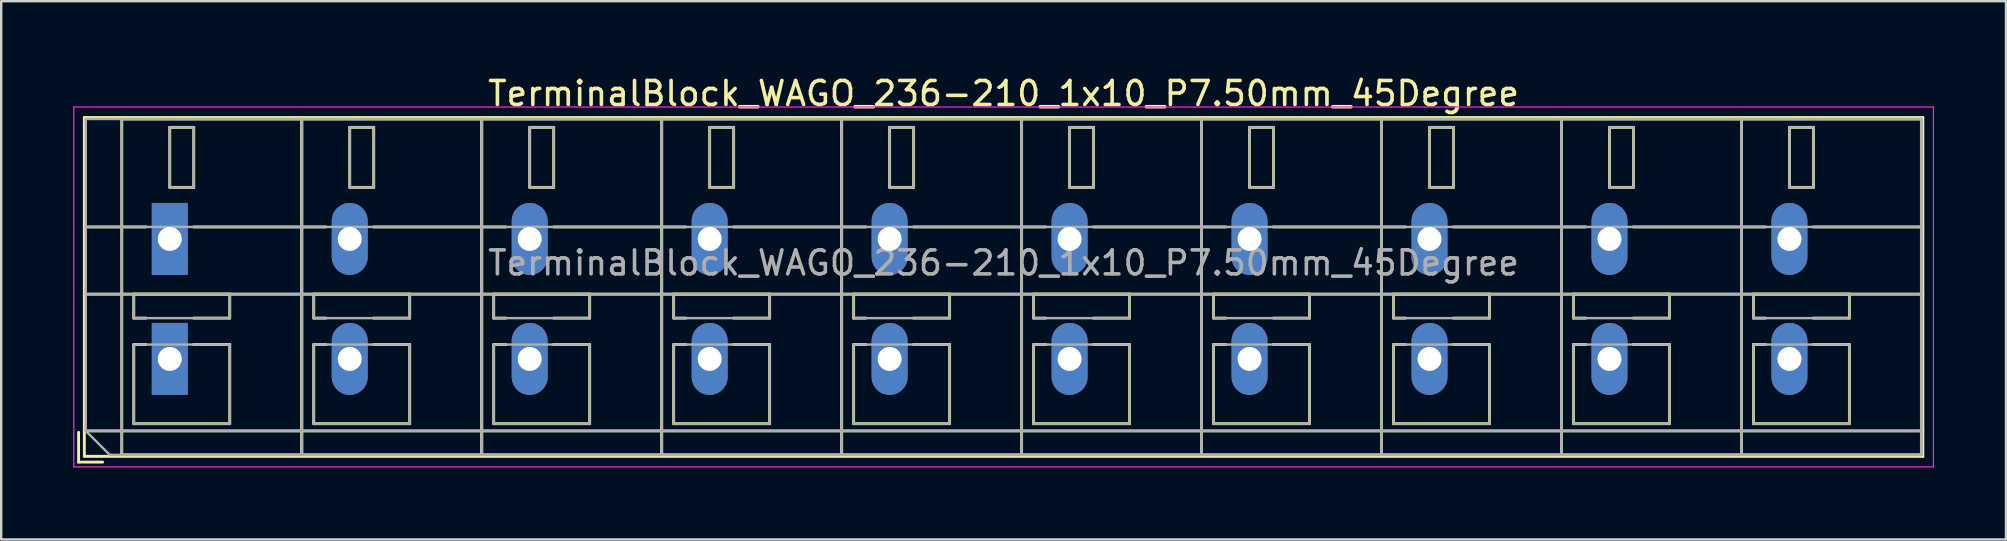
<source format=kicad_pcb>
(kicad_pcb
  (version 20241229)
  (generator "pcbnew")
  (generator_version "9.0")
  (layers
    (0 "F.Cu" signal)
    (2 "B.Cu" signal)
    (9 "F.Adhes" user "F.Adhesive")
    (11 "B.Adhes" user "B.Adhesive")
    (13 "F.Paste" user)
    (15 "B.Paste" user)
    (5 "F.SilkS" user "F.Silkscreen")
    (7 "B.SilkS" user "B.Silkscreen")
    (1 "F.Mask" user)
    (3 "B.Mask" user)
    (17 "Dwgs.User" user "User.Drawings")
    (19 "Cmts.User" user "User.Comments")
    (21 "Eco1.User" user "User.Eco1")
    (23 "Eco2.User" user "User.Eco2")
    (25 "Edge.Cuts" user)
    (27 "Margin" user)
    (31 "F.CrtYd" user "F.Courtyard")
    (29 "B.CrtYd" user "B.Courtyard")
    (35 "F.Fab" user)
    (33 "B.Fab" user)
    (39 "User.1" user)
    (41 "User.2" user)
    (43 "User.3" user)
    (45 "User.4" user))
  (footprint "TerminalBlock_WAGO_236-210_1x10_P7.50mm_45Degree"
    (layer "F.Cu")
    (at 4.025 11.908)
    (property "Reference" "TerminalBlock_WAGO_236-210_1x10_P7.50mm_45Degree" (at 34.75 -11.06 0) (layer "F.SilkS") (effects (font (size 1 1) (thickness 0.15))))
    (attr through_hole)
    (fp_line (start -3.8 3.06) (end -3.8 4.3) (stroke (width 0.12) (type solid)) (layer "F.SilkS"))
    (fp_line (start -3.8 4.3) (end -2.8 4.3) (stroke (width 0.12) (type solid)) (layer "F.SilkS"))
    (fp_line (start -3.56 -10.06) (end -3.56 4.06) (stroke (width 0.12) (type solid)) (layer "F.SilkS"))
    (fp_line (start -3.56 -10.06) (end 73.06 -10.06) (stroke (width 0.12) (type solid)) (layer "F.SilkS"))
    (fp_line (start -3.56 -5.5) (end -0.99 -5.5) (stroke (width 0.12) (type solid)) (layer "F.SilkS"))
    (fp_line (start -3.56 -2.7) (end 73.06 -2.7) (stroke (width 0.12) (type solid)) (layer "F.SilkS"))
    (fp_line (start -3.56 3) (end 73.06 3) (stroke (width 0.12) (type solid)) (layer "F.SilkS"))
    (fp_line (start -3.56 4.06) (end 73.06 4.06) (stroke (width 0.12) (type solid)) (layer "F.SilkS"))
    (fp_line (start -2 -10) (end -2 4) (stroke (width 0.12) (type solid)) (layer "F.SilkS"))
    (fp_line (start -2 -10) (end 5.5 -10) (stroke (width 0.12) (type solid)) (layer "F.SilkS"))
    (fp_line (start -2 4) (end 5.5 4) (stroke (width 0.12) (type solid)) (layer "F.SilkS"))
    (fp_line (start -1.5 -2.7) (end -1.5 -1.701) (stroke (width 0.12) (type solid)) (layer "F.SilkS"))
    (fp_line (start -1.5 -2.7) (end 2.5 -2.7) (stroke (width 0.12) (type solid)) (layer "F.SilkS"))
    (fp_line (start -1.5 -1.701) (end -0.99 -1.701) (stroke (width 0.12) (type solid)) (layer "F.SilkS"))
    (fp_line (start -1.5 -0.6) (end -1.5 2.7) (stroke (width 0.12) (type solid)) (layer "F.SilkS"))
    (fp_line (start -1.5 -0.6) (end -0.99 -0.6) (stroke (width 0.12) (type solid)) (layer "F.SilkS"))
    (fp_line (start -1.5 2.7) (end 2.5 2.7) (stroke (width 0.12) (type solid)) (layer "F.SilkS"))
    (fp_line (start 0 -9.65) (end 0 -7.15) (stroke (width 0.12) (type solid)) (layer "F.SilkS"))
    (fp_line (start 0 -9.65) (end 1 -9.65) (stroke (width 0.12) (type solid)) (layer "F.SilkS"))
    (fp_line (start 0 -7.15) (end 1 -7.15) (stroke (width 0.12) (type solid)) (layer "F.SilkS"))
    (fp_line (start 0.99 -5.5) (end 6.51 -5.5) (stroke (width 0.12) (type solid)) (layer "F.SilkS"))
    (fp_line (start 0.99 -1.701) (end 2.5 -1.701) (stroke (width 0.12) (type solid)) (layer "F.SilkS"))
    (fp_line (start 0.99 -0.6) (end 2.5 -0.6) (stroke (width 0.12) (type solid)) (layer "F.SilkS"))
    (fp_line (start 1 -9.65) (end 1 -7.15) (stroke (width 0.12) (type solid)) (layer "F.SilkS"))
    (fp_line (start 2.5 -2.7) (end 2.5 -1.701) (stroke (width 0.12) (type solid)) (layer "F.SilkS"))
    (fp_line (start 2.5 -0.6) (end 2.5 2.7) (stroke (width 0.12) (type solid)) (layer "F.SilkS"))
    (fp_line (start 5.5 -10) (end 5.5 4) (stroke (width 0.12) (type solid)) (layer "F.SilkS"))
    (fp_line (start 5.5 -10) (end 5.5 4) (stroke (width 0.12) (type solid)) (layer "F.SilkS"))
    (fp_line (start 5.5 -10) (end 13 -10) (stroke (width 0.12) (type solid)) (layer "F.SilkS"))
    (fp_line (start 5.5 4) (end 13 4) (stroke (width 0.12) (type solid)) (layer "F.SilkS"))
    (fp_line (start 6 -2.7) (end 6 -1.701) (stroke (width 0.12) (type solid)) (layer "F.SilkS"))
    (fp_line (start 6 -2.7) (end 10 -2.7) (stroke (width 0.12) (type solid)) (layer "F.SilkS"))
    (fp_line (start 6 -1.701) (end 6.51 -1.701) (stroke (width 0.12) (type solid)) (layer "F.SilkS"))
    (fp_line (start 6 -0.6) (end 6 2.7) (stroke (width 0.12) (type solid)) (layer "F.SilkS"))
    (fp_line (start 6 -0.6) (end 6.51 -0.6) (stroke (width 0.12) (type solid)) (layer "F.SilkS"))
    (fp_line (start 6 2.7) (end 10 2.7) (stroke (width 0.12) (type solid)) (layer "F.SilkS"))
    (fp_line (start 7.5 -9.65) (end 7.5 -7.15) (stroke (width 0.12) (type solid)) (layer "F.SilkS"))
    (fp_line (start 7.5 -9.65) (end 8.5 -9.65) (stroke (width 0.12) (type solid)) (layer "F.SilkS"))
    (fp_line (start 7.5 -7.15) (end 8.5 -7.15) (stroke (width 0.12) (type solid)) (layer "F.SilkS"))
    (fp_line (start 8.49 -5.5) (end 14.01 -5.5) (stroke (width 0.12) (type solid)) (layer "F.SilkS"))
    (fp_line (start 8.49 -1.701) (end 10 -1.701) (stroke (width 0.12) (type solid)) (layer "F.SilkS"))
    (fp_line (start 8.49 -0.6) (end 10 -0.6) (stroke (width 0.12) (type solid)) (layer "F.SilkS"))
    (fp_line (start 8.5 -9.65) (end 8.5 -7.15) (stroke (width 0.12) (type solid)) (layer "F.SilkS"))
    (fp_line (start 10 -2.7) (end 10 -1.701) (stroke (width 0.12) (type solid)) (layer "F.SilkS"))
    (fp_line (start 10 -0.6) (end 10 2.7) (stroke (width 0.12) (type solid)) (layer "F.SilkS"))
    (fp_line (start 13 -10) (end 13 4) (stroke (width 0.12) (type solid)) (layer "F.SilkS"))
    (fp_line (start 13 -10) (end 13 4) (stroke (width 0.12) (type solid)) (layer "F.SilkS"))
    (fp_line (start 13 -10) (end 20.5 -10) (stroke (width 0.12) (type solid)) (layer "F.SilkS"))
    (fp_line (start 13 4) (end 20.5 4) (stroke (width 0.12) (type solid)) (layer "F.SilkS"))
    (fp_line (start 13.5 -2.7) (end 13.5 -1.701) (stroke (width 0.12) (type solid)) (layer "F.SilkS"))
    (fp_line (start 13.5 -2.7) (end 17.5 -2.7) (stroke (width 0.12) (type solid)) (layer "F.SilkS"))
    (fp_line (start 13.5 -1.701) (end 14.01 -1.701) (stroke (width 0.12) (type solid)) (layer "F.SilkS"))
    (fp_line (start 13.5 -0.6) (end 13.5 2.7) (stroke (width 0.12) (type solid)) (layer "F.SilkS"))
    (fp_line (start 13.5 -0.6) (end 14.01 -0.6) (stroke (width 0.12) (type solid)) (layer "F.SilkS"))
    (fp_line (start 13.5 2.7) (end 17.5 2.7) (stroke (width 0.12) (type solid)) (layer "F.SilkS"))
    (fp_line (start 15 -9.65) (end 15 -7.15) (stroke (width 0.12) (type solid)) (layer "F.SilkS"))
    (fp_line (start 15 -9.65) (end 16 -9.65) (stroke (width 0.12) (type solid)) (layer "F.SilkS"))
    (fp_line (start 15 -7.15) (end 16 -7.15) (stroke (width 0.12) (type solid)) (layer "F.SilkS"))
    (fp_line (start 15.99 -5.5) (end 21.51 -5.5) (stroke (width 0.12) (type solid)) (layer "F.SilkS"))
    (fp_line (start 15.99 -1.701) (end 17.5 -1.701) (stroke (width 0.12) (type solid)) (layer "F.SilkS"))
    (fp_line (start 15.99 -0.6) (end 17.5 -0.6) (stroke (width 0.12) (type solid)) (layer "F.SilkS"))
    (fp_line (start 16 -9.65) (end 16 -7.15) (stroke (width 0.12) (type solid)) (layer "F.SilkS"))
    (fp_line (start 17.5 -2.7) (end 17.5 -1.701) (stroke (width 0.12) (type solid)) (layer "F.SilkS"))
    (fp_line (start 17.5 -0.6) (end 17.5 2.7) (stroke (width 0.12) (type solid)) (layer "F.SilkS"))
    (fp_line (start 20.5 -10) (end 20.5 4) (stroke (width 0.12) (type solid)) (layer "F.SilkS"))
    (fp_line (start 20.5 -10) (end 20.5 4) (stroke (width 0.12) (type solid)) (layer "F.SilkS"))
    (fp_line (start 20.5 -10) (end 28 -10) (stroke (width 0.12) (type solid)) (layer "F.SilkS"))
    (fp_line (start 20.5 4) (end 28 4) (stroke (width 0.12) (type solid)) (layer "F.SilkS"))
    (fp_line (start 21 -2.7) (end 21 -1.701) (stroke (width 0.12) (type solid)) (layer "F.SilkS"))
    (fp_line (start 21 -2.7) (end 25 -2.7) (stroke (width 0.12) (type solid)) (layer "F.SilkS"))
    (fp_line (start 21 -1.701) (end 21.51 -1.701) (stroke (width 0.12) (type solid)) (layer "F.SilkS"))
    (fp_line (start 21 -0.6) (end 21 2.7) (stroke (width 0.12) (type solid)) (layer "F.SilkS"))
    (fp_line (start 21 -0.6) (end 21.51 -0.6) (stroke (width 0.12) (type solid)) (layer "F.SilkS"))
    (fp_line (start 21 2.7) (end 25 2.7) (stroke (width 0.12) (type solid)) (layer "F.SilkS"))
    (fp_line (start 22.5 -9.65) (end 22.5 -7.15) (stroke (width 0.12) (type solid)) (layer "F.SilkS"))
    (fp_line (start 22.5 -9.65) (end 23.5 -9.65) (stroke (width 0.12) (type solid)) (layer "F.SilkS"))
    (fp_line (start 22.5 -7.15) (end 23.5 -7.15) (stroke (width 0.12) (type solid)) (layer "F.SilkS"))
    (fp_line (start 23.49 -5.5) (end 29.01 -5.5) (stroke (width 0.12) (type solid)) (layer "F.SilkS"))
    (fp_line (start 23.49 -1.701) (end 25 -1.701) (stroke (width 0.12) (type solid)) (layer "F.SilkS"))
    (fp_line (start 23.49 -0.6) (end 25 -0.6) (stroke (width 0.12) (type solid)) (layer "F.SilkS"))
    (fp_line (start 23.5 -9.65) (end 23.5 -7.15) (stroke (width 0.12) (type solid)) (layer "F.SilkS"))
    (fp_line (start 25 -2.7) (end 25 -1.701) (stroke (width 0.12) (type solid)) (layer "F.SilkS"))
    (fp_line (start 25 -0.6) (end 25 2.7) (stroke (width 0.12) (type solid)) (layer "F.SilkS"))
    (fp_line (start 28 -10) (end 28 4) (stroke (width 0.12) (type solid)) (layer "F.SilkS"))
    (fp_line (start 28 -10) (end 28 4) (stroke (width 0.12) (type solid)) (layer "F.SilkS"))
    (fp_line (start 28 -10) (end 35.5 -10) (stroke (width 0.12) (type solid)) (layer "F.SilkS"))
    (fp_line (start 28 4) (end 35.5 4) (stroke (width 0.12) (type solid)) (layer "F.SilkS"))
    (fp_line (start 28.5 -2.7) (end 28.5 -1.701) (stroke (width 0.12) (type solid)) (layer "F.SilkS"))
    (fp_line (start 28.5 -2.7) (end 32.5 -2.7) (stroke (width 0.12) (type solid)) (layer "F.SilkS"))
    (fp_line (start 28.5 -1.701) (end 29.01 -1.701) (stroke (width 0.12) (type solid)) (layer "F.SilkS"))
    (fp_line (start 28.5 -0.6) (end 28.5 2.7) (stroke (width 0.12) (type solid)) (layer "F.SilkS"))
    (fp_line (start 28.5 -0.6) (end 29.01 -0.6) (stroke (width 0.12) (type solid)) (layer "F.SilkS"))
    (fp_line (start 28.5 2.7) (end 32.5 2.7) (stroke (width 0.12) (type solid)) (layer "F.SilkS"))
    (fp_line (start 30 -9.65) (end 30 -7.15) (stroke (width 0.12) (type solid)) (layer "F.SilkS"))
    (fp_line (start 30 -9.65) (end 31 -9.65) (stroke (width 0.12) (type solid)) (layer "F.SilkS"))
    (fp_line (start 30 -7.15) (end 31 -7.15) (stroke (width 0.12) (type solid)) (layer "F.SilkS"))
    (fp_line (start 30.99 -5.5) (end 36.51 -5.5) (stroke (width 0.12) (type solid)) (layer "F.SilkS"))
    (fp_line (start 30.99 -1.701) (end 32.5 -1.701) (stroke (width 0.12) (type solid)) (layer "F.SilkS"))
    (fp_line (start 30.99 -0.6) (end 32.5 -0.6) (stroke (width 0.12) (type solid)) (layer "F.SilkS"))
    (fp_line (start 31 -9.65) (end 31 -7.15) (stroke (width 0.12) (type solid)) (layer "F.SilkS"))
    (fp_line (start 32.5 -2.7) (end 32.5 -1.701) (stroke (width 0.12) (type solid)) (layer "F.SilkS"))
    (fp_line (start 32.5 -0.6) (end 32.5 2.7) (stroke (width 0.12) (type solid)) (layer "F.SilkS"))
    (fp_line (start 35.5 -10) (end 35.5 4) (stroke (width 0.12) (type solid)) (layer "F.SilkS"))
    (fp_line (start 35.5 -10) (end 35.5 4) (stroke (width 0.12) (type solid)) (layer "F.SilkS"))
    (fp_line (start 35.5 -10) (end 43 -10) (stroke (width 0.12) (type solid)) (layer "F.SilkS"))
    (fp_line (start 35.5 4) (end 43 4) (stroke (width 0.12) (type solid)) (layer "F.SilkS"))
    (fp_line (start 36 -2.7) (end 36 -1.701) (stroke (width 0.12) (type solid)) (layer "F.SilkS"))
    (fp_line (start 36 -2.7) (end 40 -2.7) (stroke (width 0.12) (type solid)) (layer "F.SilkS"))
    (fp_line (start 36 -1.701) (end 36.51 -1.701) (stroke (width 0.12) (type solid)) (layer "F.SilkS"))
    (fp_line (start 36 -0.6) (end 36 2.7) (stroke (width 0.12) (type solid)) (layer "F.SilkS"))
    (fp_line (start 36 -0.6) (end 36.51 -0.6) (stroke (width 0.12) (type solid)) (layer "F.SilkS"))
    (fp_line (start 36 2.7) (end 40 2.7) (stroke (width 0.12) (type solid)) (layer "F.SilkS"))
    (fp_line (start 37.5 -9.65) (end 37.5 -7.15) (stroke (width 0.12) (type solid)) (layer "F.SilkS"))
    (fp_line (start 37.5 -9.65) (end 38.5 -9.65) (stroke (width 0.12) (type solid)) (layer "F.SilkS"))
    (fp_line (start 37.5 -7.15) (end 38.5 -7.15) (stroke (width 0.12) (type solid)) (layer "F.SilkS"))
    (fp_line (start 38.49 -5.5) (end 44.01 -5.5) (stroke (width 0.12) (type solid)) (layer "F.SilkS"))
    (fp_line (start 38.49 -1.701) (end 40 -1.701) (stroke (width 0.12) (type solid)) (layer "F.SilkS"))
    (fp_line (start 38.49 -0.6) (end 40 -0.6) (stroke (width 0.12) (type solid)) (layer "F.SilkS"))
    (fp_line (start 38.5 -9.65) (end 38.5 -7.15) (stroke (width 0.12) (type solid)) (layer "F.SilkS"))
    (fp_line (start 40 -2.7) (end 40 -1.701) (stroke (width 0.12) (type solid)) (layer "F.SilkS"))
    (fp_line (start 40 -0.6) (end 40 2.7) (stroke (width 0.12) (type solid)) (layer "F.SilkS"))
    (fp_line (start 43 -10) (end 43 4) (stroke (width 0.12) (type solid)) (layer "F.SilkS"))
    (fp_line (start 43 -10) (end 43 4) (stroke (width 0.12) (type solid)) (layer "F.SilkS"))
    (fp_line (start 43 -10) (end 50.5 -10) (stroke (width 0.12) (type solid)) (layer "F.SilkS"))
    (fp_line (start 43 4) (end 50.5 4) (stroke (width 0.12) (type solid)) (layer "F.SilkS"))
    (fp_line (start 43.5 -2.7) (end 43.5 -1.701) (stroke (width 0.12) (type solid)) (layer "F.SilkS"))
    (fp_line (start 43.5 -2.7) (end 47.5 -2.7) (stroke (width 0.12) (type solid)) (layer "F.SilkS"))
    (fp_line (start 43.5 -1.701) (end 44.01 -1.701) (stroke (width 0.12) (type solid)) (layer "F.SilkS"))
    (fp_line (start 43.5 -0.6) (end 43.5 2.7) (stroke (width 0.12) (type solid)) (layer "F.SilkS"))
    (fp_line (start 43.5 -0.6) (end 44.01 -0.6) (stroke (width 0.12) (type solid)) (layer "F.SilkS"))
    (fp_line (start 43.5 2.7) (end 47.5 2.7) (stroke (width 0.12) (type solid)) (layer "F.SilkS"))
    (fp_line (start 45 -9.65) (end 45 -7.15) (stroke (width 0.12) (type solid)) (layer "F.SilkS"))
    (fp_line (start 45 -9.65) (end 46 -9.65) (stroke (width 0.12) (type solid)) (layer "F.SilkS"))
    (fp_line (start 45 -7.15) (end 46 -7.15) (stroke (width 0.12) (type solid)) (layer "F.SilkS"))
    (fp_line (start 45.99 -5.5) (end 51.51 -5.5) (stroke (width 0.12) (type solid)) (layer "F.SilkS"))
    (fp_line (start 45.99 -1.701) (end 47.5 -1.701) (stroke (width 0.12) (type solid)) (layer "F.SilkS"))
    (fp_line (start 45.99 -0.6) (end 47.5 -0.6) (stroke (width 0.12) (type solid)) (layer "F.SilkS"))
    (fp_line (start 46 -9.65) (end 46 -7.15) (stroke (width 0.12) (type solid)) (layer "F.SilkS"))
    (fp_line (start 47.5 -2.7) (end 47.5 -1.701) (stroke (width 0.12) (type solid)) (layer "F.SilkS"))
    (fp_line (start 47.5 -0.6) (end 47.5 2.7) (stroke (width 0.12) (type solid)) (layer "F.SilkS"))
    (fp_line (start 50.5 -10) (end 50.5 4) (stroke (width 0.12) (type solid)) (layer "F.SilkS"))
    (fp_line (start 50.5 -10) (end 50.5 4) (stroke (width 0.12) (type solid)) (layer "F.SilkS"))
    (fp_line (start 50.5 -10) (end 58 -10) (stroke (width 0.12) (type solid)) (layer "F.SilkS"))
    (fp_line (start 50.5 4) (end 58 4) (stroke (width 0.12) (type solid)) (layer "F.SilkS"))
    (fp_line (start 51 -2.7) (end 51 -1.701) (stroke (width 0.12) (type solid)) (layer "F.SilkS"))
    (fp_line (start 51 -2.7) (end 55 -2.7) (stroke (width 0.12) (type solid)) (layer "F.SilkS"))
    (fp_line (start 51 -1.701) (end 51.51 -1.701) (stroke (width 0.12) (type solid)) (layer "F.SilkS"))
    (fp_line (start 51 -0.6) (end 51 2.7) (stroke (width 0.12) (type solid)) (layer "F.SilkS"))
    (fp_line (start 51 -0.6) (end 51.51 -0.6) (stroke (width 0.12) (type solid)) (layer "F.SilkS"))
    (fp_line (start 51 2.7) (end 55 2.7) (stroke (width 0.12) (type solid)) (layer "F.SilkS"))
    (fp_line (start 52.5 -9.65) (end 52.5 -7.15) (stroke (width 0.12) (type solid)) (layer "F.SilkS"))
    (fp_line (start 52.5 -9.65) (end 53.5 -9.65) (stroke (width 0.12) (type solid)) (layer "F.SilkS"))
    (fp_line (start 52.5 -7.15) (end 53.5 -7.15) (stroke (width 0.12) (type solid)) (layer "F.SilkS"))
    (fp_line (start 53.49 -5.5) (end 59.01 -5.5) (stroke (width 0.12) (type solid)) (layer "F.SilkS"))
    (fp_line (start 53.49 -1.701) (end 55 -1.701) (stroke (width 0.12) (type solid)) (layer "F.SilkS"))
    (fp_line (start 53.49 -0.6) (end 55 -0.6) (stroke (width 0.12) (type solid)) (layer "F.SilkS"))
    (fp_line (start 53.5 -9.65) (end 53.5 -7.15) (stroke (width 0.12) (type solid)) (layer "F.SilkS"))
    (fp_line (start 55 -2.7) (end 55 -1.701) (stroke (width 0.12) (type solid)) (layer "F.SilkS"))
    (fp_line (start 55 -0.6) (end 55 2.7) (stroke (width 0.12) (type solid)) (layer "F.SilkS"))
    (fp_line (start 58 -10) (end 58 4) (stroke (width 0.12) (type solid)) (layer "F.SilkS"))
    (fp_line (start 58 -10) (end 58 4) (stroke (width 0.12) (type solid)) (layer "F.SilkS"))
    (fp_line (start 58 -10) (end 65.5 -10) (stroke (width 0.12) (type solid)) (layer "F.SilkS"))
    (fp_line (start 58 4) (end 65.5 4) (stroke (width 0.12) (type solid)) (layer "F.SilkS"))
    (fp_line (start 58.5 -2.7) (end 58.5 -1.701) (stroke (width 0.12) (type solid)) (layer "F.SilkS"))
    (fp_line (start 58.5 -2.7) (end 62.5 -2.7) (stroke (width 0.12) (type solid)) (layer "F.SilkS"))
    (fp_line (start 58.5 -1.701) (end 59.01 -1.701) (stroke (width 0.12) (type solid)) (layer "F.SilkS"))
    (fp_line (start 58.5 -0.6) (end 58.5 2.7) (stroke (width 0.12) (type solid)) (layer "F.SilkS"))
    (fp_line (start 58.5 -0.6) (end 59.01 -0.6) (stroke (width 0.12) (type solid)) (layer "F.SilkS"))
    (fp_line (start 58.5 2.7) (end 62.5 2.7) (stroke (width 0.12) (type solid)) (layer "F.SilkS"))
    (fp_line (start 60 -9.65) (end 60 -7.15) (stroke (width 0.12) (type solid)) (layer "F.SilkS"))
    (fp_line (start 60 -9.65) (end 61 -9.65) (stroke (width 0.12) (type solid)) (layer "F.SilkS"))
    (fp_line (start 60 -7.15) (end 61 -7.15) (stroke (width 0.12) (type solid)) (layer "F.SilkS"))
    (fp_line (start 60.99 -5.5) (end 66.51 -5.5) (stroke (width 0.12) (type solid)) (layer "F.SilkS"))
    (fp_line (start 60.99 -1.701) (end 62.5 -1.701) (stroke (width 0.12) (type solid)) (layer "F.SilkS"))
    (fp_line (start 60.99 -0.6) (end 62.5 -0.6) (stroke (width 0.12) (type solid)) (layer "F.SilkS"))
    (fp_line (start 61 -9.65) (end 61 -7.15) (stroke (width 0.12) (type solid)) (layer "F.SilkS"))
    (fp_line (start 62.5 -2.7) (end 62.5 -1.701) (stroke (width 0.12) (type solid)) (layer "F.SilkS"))
    (fp_line (start 62.5 -0.6) (end 62.5 2.7) (stroke (width 0.12) (type solid)) (layer "F.SilkS"))
    (fp_line (start 65.5 -10) (end 65.5 4) (stroke (width 0.12) (type solid)) (layer "F.SilkS"))
    (fp_line (start 65.5 -10) (end 65.5 4) (stroke (width 0.12) (type solid)) (layer "F.SilkS"))
    (fp_line (start 65.5 -10) (end 73 -10) (stroke (width 0.12) (type solid)) (layer "F.SilkS"))
    (fp_line (start 65.5 4) (end 73 4) (stroke (width 0.12) (type solid)) (layer "F.SilkS"))
    (fp_line (start 66 -2.7) (end 66 -1.701) (stroke (width 0.12) (type solid)) (layer "F.SilkS"))
    (fp_line (start 66 -2.7) (end 70 -2.7) (stroke (width 0.12) (type solid)) (layer "F.SilkS"))
    (fp_line (start 66 -1.701) (end 66.51 -1.701) (stroke (width 0.12) (type solid)) (layer "F.SilkS"))
    (fp_line (start 66 -0.6) (end 66 2.7) (stroke (width 0.12) (type solid)) (layer "F.SilkS"))
    (fp_line (start 66 -0.6) (end 66.51 -0.6) (stroke (width 0.12) (type solid)) (layer "F.SilkS"))
    (fp_line (start 66 2.7) (end 70 2.7) (stroke (width 0.12) (type solid)) (layer "F.SilkS"))
    (fp_line (start 67.5 -9.65) (end 67.5 -7.15) (stroke (width 0.12) (type solid)) (layer "F.SilkS"))
    (fp_line (start 67.5 -9.65) (end 68.5 -9.65) (stroke (width 0.12) (type solid)) (layer "F.SilkS"))
    (fp_line (start 67.5 -7.15) (end 68.5 -7.15) (stroke (width 0.12) (type solid)) (layer "F.SilkS"))
    (fp_line (start 68.49 -5.5) (end 73.06 -5.5) (stroke (width 0.12) (type solid)) (layer "F.SilkS"))
    (fp_line (start 68.49 -1.701) (end 70 -1.701) (stroke (width 0.12) (type solid)) (layer "F.SilkS"))
    (fp_line (start 68.49 -0.6) (end 70 -0.6) (stroke (width 0.12) (type solid)) (layer "F.SilkS"))
    (fp_line (start 68.5 -9.65) (end 68.5 -7.15) (stroke (width 0.12) (type solid)) (layer "F.SilkS"))
    (fp_line (start 70 -2.7) (end 70 -1.701) (stroke (width 0.12) (type solid)) (layer "F.SilkS"))
    (fp_line (start 70 -0.6) (end 70 2.7) (stroke (width 0.12) (type solid)) (layer "F.SilkS"))
    (fp_line (start 73 -10) (end 73 4) (stroke (width 0.12) (type solid)) (layer "F.SilkS"))
    (fp_line (start 73.06 -10.06) (end 73.06 4.06) (stroke (width 0.12) (type solid)) (layer "F.SilkS"))
    (fp_line (start -4 -10.5) (end -4 4.5) (stroke (width 0.05) (type solid)) (layer "F.CrtYd"))
    (fp_line (start -4 4.5) (end 73.5 4.5) (stroke (width 0.05) (type solid)) (layer "F.CrtYd"))
    (fp_line (start 73.5 -10.5) (end -4 -10.5) (stroke (width 0.05) (type solid)) (layer "F.CrtYd"))
    (fp_line (start 73.5 4.5) (end 73.5 -10.5) (stroke (width 0.05) (type solid)) (layer "F.CrtYd"))
    (fp_line (start -3.5 -10) (end 73 -10) (stroke (width 0.1) (type solid)) (layer "F.Fab"))
    (fp_line (start -3.5 -5.5) (end 73 -5.5) (stroke (width 0.1) (type solid)) (layer "F.Fab"))
    (fp_line (start -3.5 -2.7) (end 73 -2.7) (stroke (width 0.1) (type solid)) (layer "F.Fab"))
    (fp_line (start -3.5 3) (end -3.5 -10) (stroke (width 0.1) (type solid)) (layer "F.Fab"))
    (fp_line (start -3.5 3) (end 73 3) (stroke (width 0.1) (type solid)) (layer "F.Fab"))
    (fp_line (start -2.5 4) (end -3.5 3) (stroke (width 0.1) (type solid)) (layer "F.Fab"))
    (fp_line (start -2 -10) (end -2 4) (stroke (width 0.1) (type solid)) (layer "F.Fab"))
    (fp_line (start -2 4) (end 5.5 4) (stroke (width 0.1) (type solid)) (layer "F.Fab"))
    (fp_line (start -1.5 -2.7) (end -1.5 -1.7) (stroke (width 0.1) (type solid)) (layer "F.Fab"))
    (fp_line (start -1.5 -1.7) (end 2.5 -1.7) (stroke (width 0.1) (type solid)) (layer "F.Fab"))
    (fp_line (start -1.5 -0.6) (end -1.5 2.7) (stroke (width 0.1) (type solid)) (layer "F.Fab"))
    (fp_line (start -1.5 2.7) (end 2.5 2.7) (stroke (width 0.1) (type solid)) (layer "F.Fab"))
    (fp_line (start 0 -9.65) (end 0 -7.15) (stroke (width 0.1) (type solid)) (layer "F.Fab"))
    (fp_line (start 0 -7.15) (end 1 -7.15) (stroke (width 0.1) (type solid)) (layer "F.Fab"))
    (fp_line (start 1 -9.65) (end 0 -9.65) (stroke (width 0.1) (type solid)) (layer "F.Fab"))
    (fp_line (start 1 -7.15) (end 1 -9.65) (stroke (width 0.1) (type solid)) (layer "F.Fab"))
    (fp_line (start 2.5 -2.7) (end -1.5 -2.7) (stroke (width 0.1) (type solid)) (layer "F.Fab"))
    (fp_line (start 2.5 -1.7) (end 2.5 -2.7) (stroke (width 0.1) (type solid)) (layer "F.Fab"))
    (fp_line (start 2.5 -0.6) (end -1.5 -0.6) (stroke (width 0.1) (type solid)) (layer "F.Fab"))
    (fp_line (start 2.5 2.7) (end 2.5 -0.6) (stroke (width 0.1) (type solid)) (layer "F.Fab"))
    (fp_line (start 5.5 -10) (end -2 -10) (stroke (width 0.1) (type solid)) (layer "F.Fab"))
    (fp_line (start 5.5 -10) (end 5.5 4) (stroke (width 0.1) (type solid)) (layer "F.Fab"))
    (fp_line (start 5.5 4) (end 5.5 -10) (stroke (width 0.1) (type solid)) (layer "F.Fab"))
    (fp_line (start 5.5 4) (end 13 4) (stroke (width 0.1) (type solid)) (layer "F.Fab"))
    (fp_line (start 6 -2.7) (end 6 -1.7) (stroke (width 0.1) (type solid)) (layer "F.Fab"))
    (fp_line (start 6 -1.7) (end 10 -1.7) (stroke (width 0.1) (type solid)) (layer "F.Fab"))
    (fp_line (start 6 -0.6) (end 6 2.7) (stroke (width 0.1) (type solid)) (layer "F.Fab"))
    (fp_line (start 6 2.7) (end 10 2.7) (stroke (width 0.1) (type solid)) (layer "F.Fab"))
    (fp_line (start 7.5 -9.65) (end 7.5 -7.15) (stroke (width 0.1) (type solid)) (layer "F.Fab"))
    (fp_line (start 7.5 -7.15) (end 8.5 -7.15) (stroke (width 0.1) (type solid)) (layer "F.Fab"))
    (fp_line (start 8.5 -9.65) (end 7.5 -9.65) (stroke (width 0.1) (type solid)) (layer "F.Fab"))
    (fp_line (start 8.5 -7.15) (end 8.5 -9.65) (stroke (width 0.1) (type solid)) (layer "F.Fab"))
    (fp_line (start 10 -2.7) (end 6 -2.7) (stroke (width 0.1) (type solid)) (layer "F.Fab"))
    (fp_line (start 10 -1.7) (end 10 -2.7) (stroke (width 0.1) (type solid)) (layer "F.Fab"))
    (fp_line (start 10 -0.6) (end 6 -0.6) (stroke (width 0.1) (type solid)) (layer "F.Fab"))
    (fp_line (start 10 2.7) (end 10 -0.6) (stroke (width 0.1) (type solid)) (layer "F.Fab"))
    (fp_line (start 13 -10) (end 5.5 -10) (stroke (width 0.1) (type solid)) (layer "F.Fab"))
    (fp_line (start 13 -10) (end 13 4) (stroke (width 0.1) (type solid)) (layer "F.Fab"))
    (fp_line (start 13 4) (end 13 -10) (stroke (width 0.1) (type solid)) (layer "F.Fab"))
    (fp_line (start 13 4) (end 20.5 4) (stroke (width 0.1) (type solid)) (layer "F.Fab"))
    (fp_line (start 13.5 -2.7) (end 13.5 -1.7) (stroke (width 0.1) (type solid)) (layer "F.Fab"))
    (fp_line (start 13.5 -1.7) (end 17.5 -1.7) (stroke (width 0.1) (type solid)) (layer "F.Fab"))
    (fp_line (start 13.5 -0.6) (end 13.5 2.7) (stroke (width 0.1) (type solid)) (layer "F.Fab"))
    (fp_line (start 13.5 2.7) (end 17.5 2.7) (stroke (width 0.1) (type solid)) (layer "F.Fab"))
    (fp_line (start 15 -9.65) (end 15 -7.15) (stroke (width 0.1) (type solid)) (layer "F.Fab"))
    (fp_line (start 15 -7.15) (end 16 -7.15) (stroke (width 0.1) (type solid)) (layer "F.Fab"))
    (fp_line (start 16 -9.65) (end 15 -9.65) (stroke (width 0.1) (type solid)) (layer "F.Fab"))
    (fp_line (start 16 -7.15) (end 16 -9.65) (stroke (width 0.1) (type solid)) (layer "F.Fab"))
    (fp_line (start 17.5 -2.7) (end 13.5 -2.7) (stroke (width 0.1) (type solid)) (layer "F.Fab"))
    (fp_line (start 17.5 -1.7) (end 17.5 -2.7) (stroke (width 0.1) (type solid)) (layer "F.Fab"))
    (fp_line (start 17.5 -0.6) (end 13.5 -0.6) (stroke (width 0.1) (type solid)) (layer "F.Fab"))
    (fp_line (start 17.5 2.7) (end 17.5 -0.6) (stroke (width 0.1) (type solid)) (layer "F.Fab"))
    (fp_line (start 20.5 -10) (end 13 -10) (stroke (width 0.1) (type solid)) (layer "F.Fab"))
    (fp_line (start 20.5 -10) (end 20.5 4) (stroke (width 0.1) (type solid)) (layer "F.Fab"))
    (fp_line (start 20.5 4) (end 20.5 -10) (stroke (width 0.1) (type solid)) (layer "F.Fab"))
    (fp_line (start 20.5 4) (end 28 4) (stroke (width 0.1) (type solid)) (layer "F.Fab"))
    (fp_line (start 21 -2.7) (end 21 -1.7) (stroke (width 0.1) (type solid)) (layer "F.Fab"))
    (fp_line (start 21 -1.7) (end 25 -1.7) (stroke (width 0.1) (type solid)) (layer "F.Fab"))
    (fp_line (start 21 -0.6) (end 21 2.7) (stroke (width 0.1) (type solid)) (layer "F.Fab"))
    (fp_line (start 21 2.7) (end 25 2.7) (stroke (width 0.1) (type solid)) (layer "F.Fab"))
    (fp_line (start 22.5 -9.65) (end 22.5 -7.15) (stroke (width 0.1) (type solid)) (layer "F.Fab"))
    (fp_line (start 22.5 -7.15) (end 23.5 -7.15) (stroke (width 0.1) (type solid)) (layer "F.Fab"))
    (fp_line (start 23.5 -9.65) (end 22.5 -9.65) (stroke (width 0.1) (type solid)) (layer "F.Fab"))
    (fp_line (start 23.5 -7.15) (end 23.5 -9.65) (stroke (width 0.1) (type solid)) (layer "F.Fab"))
    (fp_line (start 25 -2.7) (end 21 -2.7) (stroke (width 0.1) (type solid)) (layer "F.Fab"))
    (fp_line (start 25 -1.7) (end 25 -2.7) (stroke (width 0.1) (type solid)) (layer "F.Fab"))
    (fp_line (start 25 -0.6) (end 21 -0.6) (stroke (width 0.1) (type solid)) (layer "F.Fab"))
    (fp_line (start 25 2.7) (end 25 -0.6) (stroke (width 0.1) (type solid)) (layer "F.Fab"))
    (fp_line (start 28 -10) (end 20.5 -10) (stroke (width 0.1) (type solid)) (layer "F.Fab"))
    (fp_line (start 28 -10) (end 28 4) (stroke (width 0.1) (type solid)) (layer "F.Fab"))
    (fp_line (start 28 4) (end 28 -10) (stroke (width 0.1) (type solid)) (layer "F.Fab"))
    (fp_line (start 28 4) (end 35.5 4) (stroke (width 0.1) (type solid)) (layer "F.Fab"))
    (fp_line (start 28.5 -2.7) (end 28.5 -1.7) (stroke (width 0.1) (type solid)) (layer "F.Fab"))
    (fp_line (start 28.5 -1.7) (end 32.5 -1.7) (stroke (width 0.1) (type solid)) (layer "F.Fab"))
    (fp_line (start 28.5 -0.6) (end 28.5 2.7) (stroke (width 0.1) (type solid)) (layer "F.Fab"))
    (fp_line (start 28.5 2.7) (end 32.5 2.7) (stroke (width 0.1) (type solid)) (layer "F.Fab"))
    (fp_line (start 30 -9.65) (end 30 -7.15) (stroke (width 0.1) (type solid)) (layer "F.Fab"))
    (fp_line (start 30 -7.15) (end 31 -7.15) (stroke (width 0.1) (type solid)) (layer "F.Fab"))
    (fp_line (start 31 -9.65) (end 30 -9.65) (stroke (width 0.1) (type solid)) (layer "F.Fab"))
    (fp_line (start 31 -7.15) (end 31 -9.65) (stroke (width 0.1) (type solid)) (layer "F.Fab"))
    (fp_line (start 32.5 -2.7) (end 28.5 -2.7) (stroke (width 0.1) (type solid)) (layer "F.Fab"))
    (fp_line (start 32.5 -1.7) (end 32.5 -2.7) (stroke (width 0.1) (type solid)) (layer "F.Fab"))
    (fp_line (start 32.5 -0.6) (end 28.5 -0.6) (stroke (width 0.1) (type solid)) (layer "F.Fab"))
    (fp_line (start 32.5 2.7) (end 32.5 -0.6) (stroke (width 0.1) (type solid)) (layer "F.Fab"))
    (fp_line (start 35.5 -10) (end 28 -10) (stroke (width 0.1) (type solid)) (layer "F.Fab"))
    (fp_line (start 35.5 -10) (end 35.5 4) (stroke (width 0.1) (type solid)) (layer "F.Fab"))
    (fp_line (start 35.5 4) (end 35.5 -10) (stroke (width 0.1) (type solid)) (layer "F.Fab"))
    (fp_line (start 35.5 4) (end 43 4) (stroke (width 0.1) (type solid)) (layer "F.Fab"))
    (fp_line (start 36 -2.7) (end 36 -1.7) (stroke (width 0.1) (type solid)) (layer "F.Fab"))
    (fp_line (start 36 -1.7) (end 40 -1.7) (stroke (width 0.1) (type solid)) (layer "F.Fab"))
    (fp_line (start 36 -0.6) (end 36 2.7) (stroke (width 0.1) (type solid)) (layer "F.Fab"))
    (fp_line (start 36 2.7) (end 40 2.7) (stroke (width 0.1) (type solid)) (layer "F.Fab"))
    (fp_line (start 37.5 -9.65) (end 37.5 -7.15) (stroke (width 0.1) (type solid)) (layer "F.Fab"))
    (fp_line (start 37.5 -7.15) (end 38.5 -7.15) (stroke (width 0.1) (type solid)) (layer "F.Fab"))
    (fp_line (start 38.5 -9.65) (end 37.5 -9.65) (stroke (width 0.1) (type solid)) (layer "F.Fab"))
    (fp_line (start 38.5 -7.15) (end 38.5 -9.65) (stroke (width 0.1) (type solid)) (layer "F.Fab"))
    (fp_line (start 40 -2.7) (end 36 -2.7) (stroke (width 0.1) (type solid)) (layer "F.Fab"))
    (fp_line (start 40 -1.7) (end 40 -2.7) (stroke (width 0.1) (type solid)) (layer "F.Fab"))
    (fp_line (start 40 -0.6) (end 36 -0.6) (stroke (width 0.1) (type solid)) (layer "F.Fab"))
    (fp_line (start 40 2.7) (end 40 -0.6) (stroke (width 0.1) (type solid)) (layer "F.Fab"))
    (fp_line (start 43 -10) (end 35.5 -10) (stroke (width 0.1) (type solid)) (layer "F.Fab"))
    (fp_line (start 43 -10) (end 43 4) (stroke (width 0.1) (type solid)) (layer "F.Fab"))
    (fp_line (start 43 4) (end 43 -10) (stroke (width 0.1) (type solid)) (layer "F.Fab"))
    (fp_line (start 43 4) (end 50.5 4) (stroke (width 0.1) (type solid)) (layer "F.Fab"))
    (fp_line (start 43.5 -2.7) (end 43.5 -1.7) (stroke (width 0.1) (type solid)) (layer "F.Fab"))
    (fp_line (start 43.5 -1.7) (end 47.5 -1.7) (stroke (width 0.1) (type solid)) (layer "F.Fab"))
    (fp_line (start 43.5 -0.6) (end 43.5 2.7) (stroke (width 0.1) (type solid)) (layer "F.Fab"))
    (fp_line (start 43.5 2.7) (end 47.5 2.7) (stroke (width 0.1) (type solid)) (layer "F.Fab"))
    (fp_line (start 45 -9.65) (end 45 -7.15) (stroke (width 0.1) (type solid)) (layer "F.Fab"))
    (fp_line (start 45 -7.15) (end 46 -7.15) (stroke (width 0.1) (type solid)) (layer "F.Fab"))
    (fp_line (start 46 -9.65) (end 45 -9.65) (stroke (width 0.1) (type solid)) (layer "F.Fab"))
    (fp_line (start 46 -7.15) (end 46 -9.65) (stroke (width 0.1) (type solid)) (layer "F.Fab"))
    (fp_line (start 47.5 -2.7) (end 43.5 -2.7) (stroke (width 0.1) (type solid)) (layer "F.Fab"))
    (fp_line (start 47.5 -1.7) (end 47.5 -2.7) (stroke (width 0.1) (type solid)) (layer "F.Fab"))
    (fp_line (start 47.5 -0.6) (end 43.5 -0.6) (stroke (width 0.1) (type solid)) (layer "F.Fab"))
    (fp_line (start 47.5 2.7) (end 47.5 -0.6) (stroke (width 0.1) (type solid)) (layer "F.Fab"))
    (fp_line (start 50.5 -10) (end 43 -10) (stroke (width 0.1) (type solid)) (layer "F.Fab"))
    (fp_line (start 50.5 -10) (end 50.5 4) (stroke (width 0.1) (type solid)) (layer "F.Fab"))
    (fp_line (start 50.5 4) (end 50.5 -10) (stroke (width 0.1) (type solid)) (layer "F.Fab"))
    (fp_line (start 50.5 4) (end 58 4) (stroke (width 0.1) (type solid)) (layer "F.Fab"))
    (fp_line (start 51 -2.7) (end 51 -1.7) (stroke (width 0.1) (type solid)) (layer "F.Fab"))
    (fp_line (start 51 -1.7) (end 55 -1.7) (stroke (width 0.1) (type solid)) (layer "F.Fab"))
    (fp_line (start 51 -0.6) (end 51 2.7) (stroke (width 0.1) (type solid)) (layer "F.Fab"))
    (fp_line (start 51 2.7) (end 55 2.7) (stroke (width 0.1) (type solid)) (layer "F.Fab"))
    (fp_line (start 52.5 -9.65) (end 52.5 -7.15) (stroke (width 0.1) (type solid)) (layer "F.Fab"))
    (fp_line (start 52.5 -7.15) (end 53.5 -7.15) (stroke (width 0.1) (type solid)) (layer "F.Fab"))
    (fp_line (start 53.5 -9.65) (end 52.5 -9.65) (stroke (width 0.1) (type solid)) (layer "F.Fab"))
    (fp_line (start 53.5 -7.15) (end 53.5 -9.65) (stroke (width 0.1) (type solid)) (layer "F.Fab"))
    (fp_line (start 55 -2.7) (end 51 -2.7) (stroke (width 0.1) (type solid)) (layer "F.Fab"))
    (fp_line (start 55 -1.7) (end 55 -2.7) (stroke (width 0.1) (type solid)) (layer "F.Fab"))
    (fp_line (start 55 -0.6) (end 51 -0.6) (stroke (width 0.1) (type solid)) (layer "F.Fab"))
    (fp_line (start 55 2.7) (end 55 -0.6) (stroke (width 0.1) (type solid)) (layer "F.Fab"))
    (fp_line (start 58 -10) (end 50.5 -10) (stroke (width 0.1) (type solid)) (layer "F.Fab"))
    (fp_line (start 58 -10) (end 58 4) (stroke (width 0.1) (type solid)) (layer "F.Fab"))
    (fp_line (start 58 4) (end 58 -10) (stroke (width 0.1) (type solid)) (layer "F.Fab"))
    (fp_line (start 58 4) (end 65.5 4) (stroke (width 0.1) (type solid)) (layer "F.Fab"))
    (fp_line (start 58.5 -2.7) (end 58.5 -1.7) (stroke (width 0.1) (type solid)) (layer "F.Fab"))
    (fp_line (start 58.5 -1.7) (end 62.5 -1.7) (stroke (width 0.1) (type solid)) (layer "F.Fab"))
    (fp_line (start 58.5 -0.6) (end 58.5 2.7) (stroke (width 0.1) (type solid)) (layer "F.Fab"))
    (fp_line (start 58.5 2.7) (end 62.5 2.7) (stroke (width 0.1) (type solid)) (layer "F.Fab"))
    (fp_line (start 60 -9.65) (end 60 -7.15) (stroke (width 0.1) (type solid)) (layer "F.Fab"))
    (fp_line (start 60 -7.15) (end 61 -7.15) (stroke (width 0.1) (type solid)) (layer "F.Fab"))
    (fp_line (start 61 -9.65) (end 60 -9.65) (stroke (width 0.1) (type solid)) (layer "F.Fab"))
    (fp_line (start 61 -7.15) (end 61 -9.65) (stroke (width 0.1) (type solid)) (layer "F.Fab"))
    (fp_line (start 62.5 -2.7) (end 58.5 -2.7) (stroke (width 0.1) (type solid)) (layer "F.Fab"))
    (fp_line (start 62.5 -1.7) (end 62.5 -2.7) (stroke (width 0.1) (type solid)) (layer "F.Fab"))
    (fp_line (start 62.5 -0.6) (end 58.5 -0.6) (stroke (width 0.1) (type solid)) (layer "F.Fab"))
    (fp_line (start 62.5 2.7) (end 62.5 -0.6) (stroke (width 0.1) (type solid)) (layer "F.Fab"))
    (fp_line (start 65.5 -10) (end 58 -10) (stroke (width 0.1) (type solid)) (layer "F.Fab"))
    (fp_line (start 65.5 -10) (end 65.5 4) (stroke (width 0.1) (type solid)) (layer "F.Fab"))
    (fp_line (start 65.5 4) (end 65.5 -10) (stroke (width 0.1) (type solid)) (layer "F.Fab"))
    (fp_line (start 65.5 4) (end 73 4) (stroke (width 0.1) (type solid)) (layer "F.Fab"))
    (fp_line (start 66 -2.7) (end 66 -1.7) (stroke (width 0.1) (type solid)) (layer "F.Fab"))
    (fp_line (start 66 -1.7) (end 70 -1.7) (stroke (width 0.1) (type solid)) (layer "F.Fab"))
    (fp_line (start 66 -0.6) (end 66 2.7) (stroke (width 0.1) (type solid)) (layer "F.Fab"))
    (fp_line (start 66 2.7) (end 70 2.7) (stroke (width 0.1) (type solid)) (layer "F.Fab"))
    (fp_line (start 67.5 -9.65) (end 67.5 -7.15) (stroke (width 0.1) (type solid)) (layer "F.Fab"))
    (fp_line (start 67.5 -7.15) (end 68.5 -7.15) (stroke (width 0.1) (type solid)) (layer "F.Fab"))
    (fp_line (start 68.5 -9.65) (end 67.5 -9.65) (stroke (width 0.1) (type solid)) (layer "F.Fab"))
    (fp_line (start 68.5 -7.15) (end 68.5 -9.65) (stroke (width 0.1) (type solid)) (layer "F.Fab"))
    (fp_line (start 70 -2.7) (end 66 -2.7) (stroke (width 0.1) (type solid)) (layer "F.Fab"))
    (fp_line (start 70 -1.7) (end 70 -2.7) (stroke (width 0.1) (type solid)) (layer "F.Fab"))
    (fp_line (start 70 -0.6) (end 66 -0.6) (stroke (width 0.1) (type solid)) (layer "F.Fab"))
    (fp_line (start 70 2.7) (end 70 -0.6) (stroke (width 0.1) (type solid)) (layer "F.Fab"))
    (fp_line (start 73 -10) (end 65.5 -10) (stroke (width 0.1) (type solid)) (layer "F.Fab"))
    (fp_line (start 73 -10) (end 73 4) (stroke (width 0.1) (type solid)) (layer "F.Fab"))
    (fp_line (start 73 4) (end -2.5 4) (stroke (width 0.1) (type solid)) (layer "F.Fab"))
    (fp_line (start 73 4) (end 73 -10) (stroke (width 0.1) (type solid)) (layer "F.Fab"))
    (fp_text user "${REFERENCE}" (at 34.75 -4 0) (layer "F.Fab") (effects (font (size 1 1) (thickness 0.15))))
    (pad "1" thru_hole rect (at 0 -5) (size 1.5 3) (drill 1) (layers "*.Cu" "*.Mask"))
    (pad "1" thru_hole rect (at 0 0) (size 1.5 3) (drill 1) (layers "*.Cu" "*.Mask"))
    (pad "2" thru_hole oval (at 7.5 -5) (size 1.5 3) (drill 1) (layers "*.Cu" "*.Mask"))
    (pad "2" thru_hole oval (at 7.5 0) (size 1.5 3) (drill 1) (layers "*.Cu" "*.Mask"))
    (pad "3" thru_hole oval (at 15 -5) (size 1.5 3) (drill 1) (layers "*.Cu" "*.Mask"))
    (pad "3" thru_hole oval (at 15 0) (size 1.5 3) (drill 1) (layers "*.Cu" "*.Mask"))
    (pad "4" thru_hole oval (at 22.5 -5) (size 1.5 3) (drill 1) (layers "*.Cu" "*.Mask"))
    (pad "4" thru_hole oval (at 22.5 0) (size 1.5 3) (drill 1) (layers "*.Cu" "*.Mask"))
    (pad "5" thru_hole oval (at 30 -5) (size 1.5 3) (drill 1) (layers "*.Cu" "*.Mask"))
    (pad "5" thru_hole oval (at 30 0) (size 1.5 3) (drill 1) (layers "*.Cu" "*.Mask"))
    (pad "6" thru_hole oval (at 37.5 -5) (size 1.5 3) (drill 1) (layers "*.Cu" "*.Mask"))
    (pad "6" thru_hole oval (at 37.5 0) (size 1.5 3) (drill 1) (layers "*.Cu" "*.Mask"))
    (pad "7" thru_hole oval (at 45 -5) (size 1.5 3) (drill 1) (layers "*.Cu" "*.Mask"))
    (pad "7" thru_hole oval (at 45 0) (size 1.5 3) (drill 1) (layers "*.Cu" "*.Mask"))
    (pad "8" thru_hole oval (at 52.5 -5) (size 1.5 3) (drill 1) (layers "*.Cu" "*.Mask"))
    (pad "8" thru_hole oval (at 52.5 0) (size 1.5 3) (drill 1) (layers "*.Cu" "*.Mask"))
    (pad "9" thru_hole oval (at 60 -5) (size 1.5 3) (drill 1) (layers "*.Cu" "*.Mask"))
    (pad "9" thru_hole oval (at 60 0) (size 1.5 3) (drill 1) (layers "*.Cu" "*.Mask"))
    (pad "10" thru_hole oval (at 67.5 -5) (size 1.5 3) (drill 1) (layers "*.Cu" "*.Mask"))
    (pad "10" thru_hole oval (at 67.5 0) (size 1.5 3) (drill 1) (layers "*.Cu" "*.Mask")))
  (gr_rect
    (start -3 -3)
    (end 80.55 19.433)
    (stroke (width 0.1) (type default))
    (fill no)
    (layer "Edge.Cuts")))
</source>
